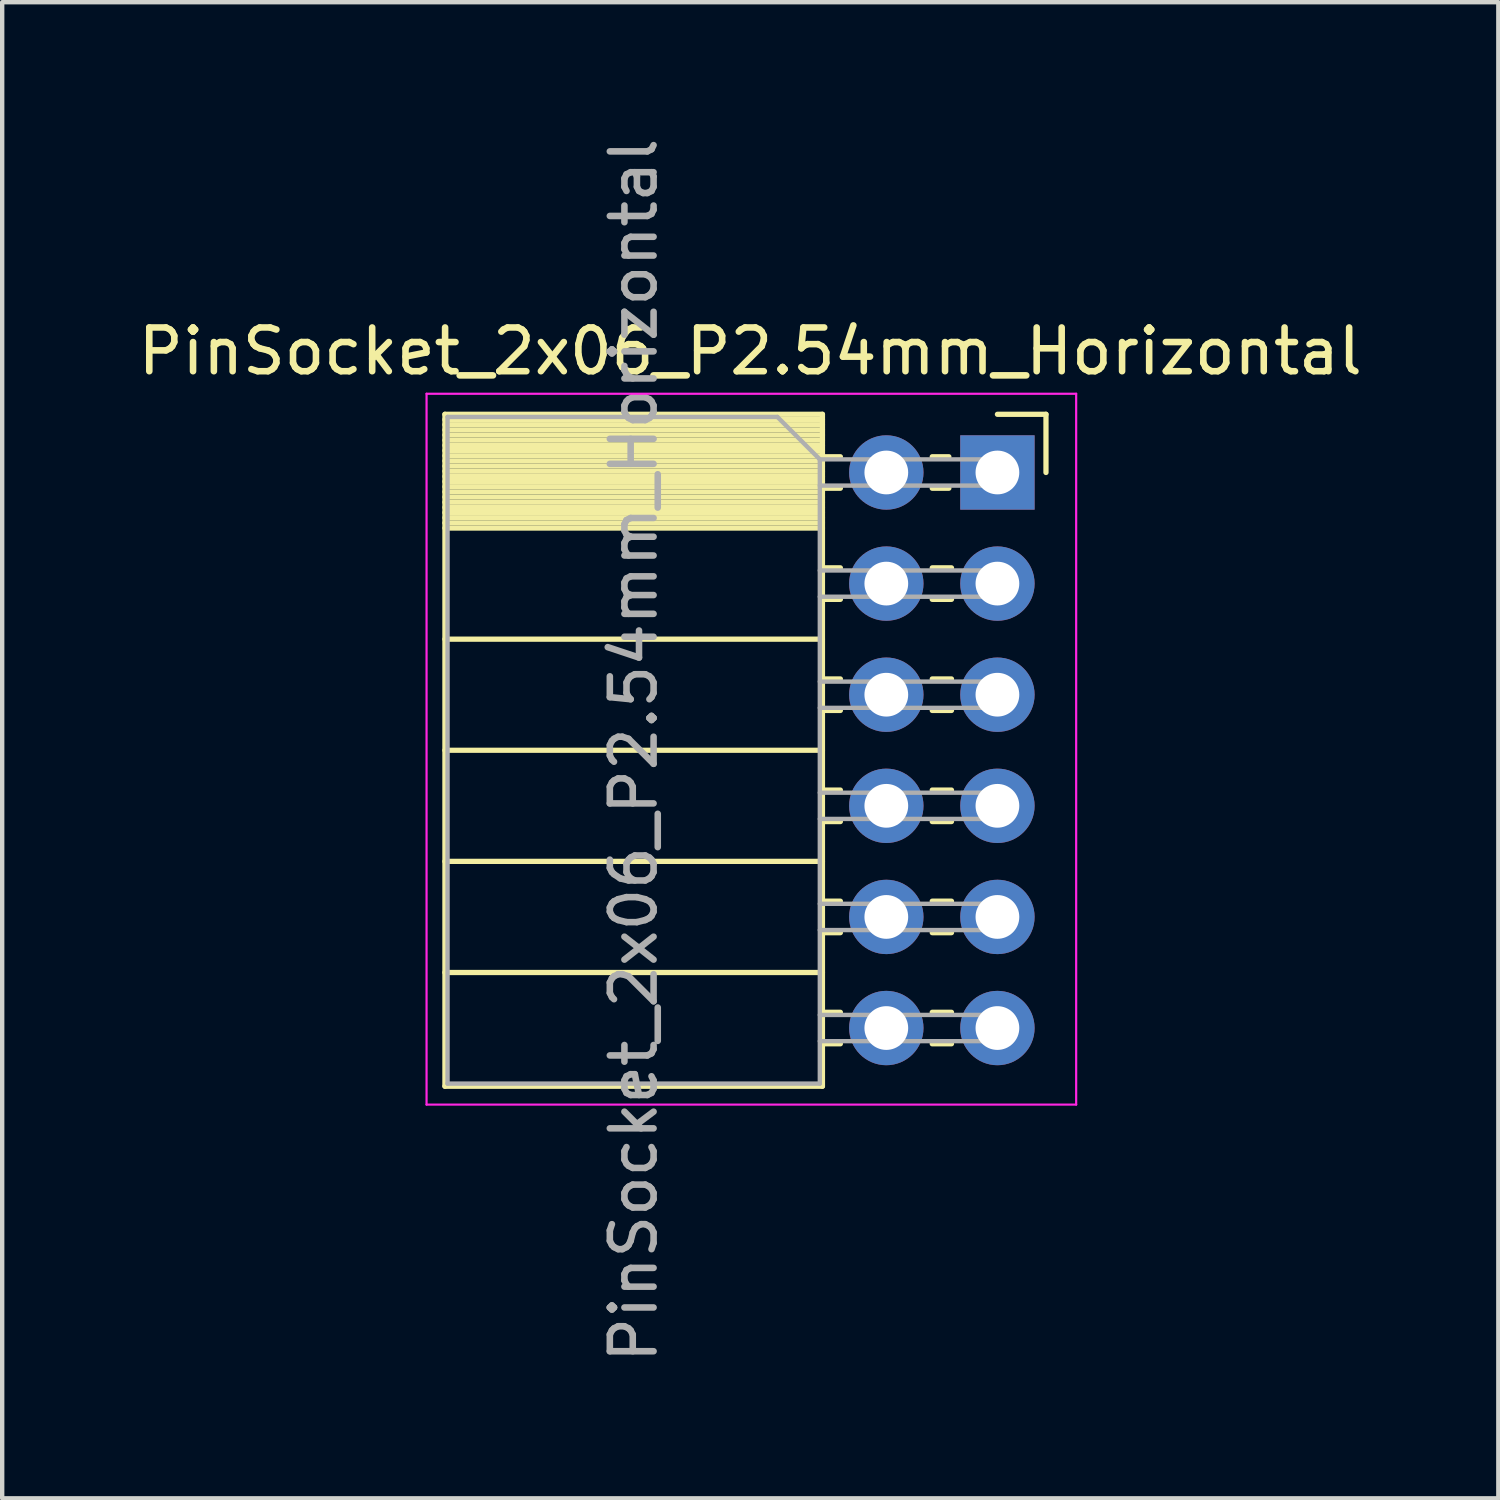
<source format=kicad_pcb>
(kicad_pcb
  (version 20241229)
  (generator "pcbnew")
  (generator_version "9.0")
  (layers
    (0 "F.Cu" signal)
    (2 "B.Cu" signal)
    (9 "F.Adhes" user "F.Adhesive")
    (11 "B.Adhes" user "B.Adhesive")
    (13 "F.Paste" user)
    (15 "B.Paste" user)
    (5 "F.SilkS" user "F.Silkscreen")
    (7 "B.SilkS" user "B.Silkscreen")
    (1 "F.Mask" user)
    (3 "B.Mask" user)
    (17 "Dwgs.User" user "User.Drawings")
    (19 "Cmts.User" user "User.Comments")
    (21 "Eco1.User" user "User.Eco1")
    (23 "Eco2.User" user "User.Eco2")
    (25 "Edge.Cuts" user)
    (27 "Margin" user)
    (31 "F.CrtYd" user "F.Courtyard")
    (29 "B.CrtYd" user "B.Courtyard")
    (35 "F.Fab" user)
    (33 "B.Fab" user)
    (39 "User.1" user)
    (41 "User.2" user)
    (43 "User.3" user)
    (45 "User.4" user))
  (footprint "PinSocket_2x06_P2.54mm_Horizontal"
    (layer "F.Cu")
    (at 19.751 7.751)
    (property "Reference" "PinSocket_2x06_P2.54mm_Horizontal" (at -5.65 -2.77 0) (layer "F.SilkS") (effects (font (size 1 1) (thickness 0.15))))
    (attr through_hole)
    (fp_line (start -12.63 -1.33) (end -12.63 14.03) (stroke (width 0.12) (type solid)) (layer "F.SilkS"))
    (fp_line (start -12.63 -1.33) (end -4 -1.33) (stroke (width 0.12) (type solid)) (layer "F.SilkS"))
    (fp_line (start -12.63 -1.21) (end -4 -1.21) (stroke (width 0.12) (type solid)) (layer "F.SilkS"))
    (fp_line (start -12.63 -1.092) (end -4 -1.092) (stroke (width 0.12) (type solid)) (layer "F.SilkS"))
    (fp_line (start -12.63 -0.974) (end -4 -0.974) (stroke (width 0.12) (type solid)) (layer "F.SilkS"))
    (fp_line (start -12.63 -0.856) (end -4 -0.856) (stroke (width 0.12) (type solid)) (layer "F.SilkS"))
    (fp_line (start -12.63 -0.738) (end -4 -0.738) (stroke (width 0.12) (type solid)) (layer "F.SilkS"))
    (fp_line (start -12.63 -0.62) (end -4 -0.62) (stroke (width 0.12) (type solid)) (layer "F.SilkS"))
    (fp_line (start -12.63 -0.501) (end -4 -0.501) (stroke (width 0.12) (type solid)) (layer "F.SilkS"))
    (fp_line (start -12.63 -0.383) (end -4 -0.383) (stroke (width 0.12) (type solid)) (layer "F.SilkS"))
    (fp_line (start -12.63 -0.265) (end -4 -0.265) (stroke (width 0.12) (type solid)) (layer "F.SilkS"))
    (fp_line (start -12.63 -0.147) (end -4 -0.147) (stroke (width 0.12) (type solid)) (layer "F.SilkS"))
    (fp_line (start -12.63 -0.029) (end -4 -0.029) (stroke (width 0.12) (type solid)) (layer "F.SilkS"))
    (fp_line (start -12.63 0.089) (end -4 0.089) (stroke (width 0.12) (type solid)) (layer "F.SilkS"))
    (fp_line (start -12.63 0.207) (end -4 0.207) (stroke (width 0.12) (type solid)) (layer "F.SilkS"))
    (fp_line (start -12.63 0.325) (end -4 0.325) (stroke (width 0.12) (type solid)) (layer "F.SilkS"))
    (fp_line (start -12.63 0.443) (end -4 0.443) (stroke (width 0.12) (type solid)) (layer "F.SilkS"))
    (fp_line (start -12.63 0.561) (end -4 0.561) (stroke (width 0.12) (type solid)) (layer "F.SilkS"))
    (fp_line (start -12.63 0.68) (end -4 0.68) (stroke (width 0.12) (type solid)) (layer "F.SilkS"))
    (fp_line (start -12.63 0.798) (end -4 0.798) (stroke (width 0.12) (type solid)) (layer "F.SilkS"))
    (fp_line (start -12.63 0.916) (end -4 0.916) (stroke (width 0.12) (type solid)) (layer "F.SilkS"))
    (fp_line (start -12.63 1.034) (end -4 1.034) (stroke (width 0.12) (type solid)) (layer "F.SilkS"))
    (fp_line (start -12.63 1.152) (end -4 1.152) (stroke (width 0.12) (type solid)) (layer "F.SilkS"))
    (fp_line (start -12.63 1.27) (end -4 1.27) (stroke (width 0.12) (type solid)) (layer "F.SilkS"))
    (fp_line (start -12.63 3.81) (end -4 3.81) (stroke (width 0.12) (type solid)) (layer "F.SilkS"))
    (fp_line (start -12.63 6.35) (end -4 6.35) (stroke (width 0.12) (type solid)) (layer "F.SilkS"))
    (fp_line (start -12.63 8.89) (end -4 8.89) (stroke (width 0.12) (type solid)) (layer "F.SilkS"))
    (fp_line (start -12.63 11.43) (end -4 11.43) (stroke (width 0.12) (type solid)) (layer "F.SilkS"))
    (fp_line (start -12.63 14.03) (end -4 14.03) (stroke (width 0.12) (type solid)) (layer "F.SilkS"))
    (fp_line (start -4 -1.33) (end -4 14.03) (stroke (width 0.12) (type solid)) (layer "F.SilkS"))
    (fp_line (start -4 -0.36) (end -3.59 -0.36) (stroke (width 0.12) (type solid)) (layer "F.SilkS"))
    (fp_line (start -4 0.36) (end -3.59 0.36) (stroke (width 0.12) (type solid)) (layer "F.SilkS"))
    (fp_line (start -4 2.18) (end -3.59 2.18) (stroke (width 0.12) (type solid)) (layer "F.SilkS"))
    (fp_line (start -4 2.9) (end -3.59 2.9) (stroke (width 0.12) (type solid)) (layer "F.SilkS"))
    (fp_line (start -4 4.72) (end -3.59 4.72) (stroke (width 0.12) (type solid)) (layer "F.SilkS"))
    (fp_line (start -4 5.44) (end -3.59 5.44) (stroke (width 0.12) (type solid)) (layer "F.SilkS"))
    (fp_line (start -4 7.26) (end -3.59 7.26) (stroke (width 0.12) (type solid)) (layer "F.SilkS"))
    (fp_line (start -4 7.98) (end -3.59 7.98) (stroke (width 0.12) (type solid)) (layer "F.SilkS"))
    (fp_line (start -4 9.8) (end -3.59 9.8) (stroke (width 0.12) (type solid)) (layer "F.SilkS"))
    (fp_line (start -4 10.52) (end -3.59 10.52) (stroke (width 0.12) (type solid)) (layer "F.SilkS"))
    (fp_line (start -4 12.34) (end -3.59 12.34) (stroke (width 0.12) (type solid)) (layer "F.SilkS"))
    (fp_line (start -4 13.06) (end -3.59 13.06) (stroke (width 0.12) (type solid)) (layer "F.SilkS"))
    (fp_line (start -1.49 -0.36) (end -1.11 -0.36) (stroke (width 0.12) (type solid)) (layer "F.SilkS"))
    (fp_line (start -1.49 0.36) (end -1.11 0.36) (stroke (width 0.12) (type solid)) (layer "F.SilkS"))
    (fp_line (start -1.49 2.18) (end -1.05 2.18) (stroke (width 0.12) (type solid)) (layer "F.SilkS"))
    (fp_line (start -1.49 2.9) (end -1.05 2.9) (stroke (width 0.12) (type solid)) (layer "F.SilkS"))
    (fp_line (start -1.49 4.72) (end -1.05 4.72) (stroke (width 0.12) (type solid)) (layer "F.SilkS"))
    (fp_line (start -1.49 5.44) (end -1.05 5.44) (stroke (width 0.12) (type solid)) (layer "F.SilkS"))
    (fp_line (start -1.49 7.26) (end -1.05 7.26) (stroke (width 0.12) (type solid)) (layer "F.SilkS"))
    (fp_line (start -1.49 7.98) (end -1.05 7.98) (stroke (width 0.12) (type solid)) (layer "F.SilkS"))
    (fp_line (start -1.49 9.8) (end -1.05 9.8) (stroke (width 0.12) (type solid)) (layer "F.SilkS"))
    (fp_line (start -1.49 10.52) (end -1.05 10.52) (stroke (width 0.12) (type solid)) (layer "F.SilkS"))
    (fp_line (start -1.49 12.34) (end -1.05 12.34) (stroke (width 0.12) (type solid)) (layer "F.SilkS"))
    (fp_line (start -1.49 13.06) (end -1.05 13.06) (stroke (width 0.12) (type solid)) (layer "F.SilkS"))
    (fp_line (start 0 -1.33) (end 1.11 -1.33) (stroke (width 0.12) (type solid)) (layer "F.SilkS"))
    (fp_line (start 1.11 -1.33) (end 1.11 0) (stroke (width 0.12) (type solid)) (layer "F.SilkS"))
    (fp_line (start -13.05 -1.8) (end -13.05 14.45) (stroke (width 0.05) (type solid)) (layer "F.CrtYd"))
    (fp_line (start -13.05 14.45) (end 1.8 14.45) (stroke (width 0.05) (type solid)) (layer "F.CrtYd"))
    (fp_line (start 1.8 -1.8) (end -13.05 -1.8) (stroke (width 0.05) (type solid)) (layer "F.CrtYd"))
    (fp_line (start 1.8 14.45) (end 1.8 -1.8) (stroke (width 0.05) (type solid)) (layer "F.CrtYd"))
    (fp_line (start -12.57 -1.27) (end -5.03 -1.27) (stroke (width 0.1) (type solid)) (layer "F.Fab"))
    (fp_line (start -12.57 13.97) (end -12.57 -1.27) (stroke (width 0.1) (type solid)) (layer "F.Fab"))
    (fp_line (start -5.03 -1.27) (end -4.06 -0.3) (stroke (width 0.1) (type solid)) (layer "F.Fab"))
    (fp_line (start -4.06 -0.3) (end -4.06 13.97) (stroke (width 0.1) (type solid)) (layer "F.Fab"))
    (fp_line (start -4.06 0.3) (end 0 0.3) (stroke (width 0.1) (type solid)) (layer "F.Fab"))
    (fp_line (start -4.06 2.84) (end 0 2.84) (stroke (width 0.1) (type solid)) (layer "F.Fab"))
    (fp_line (start -4.06 5.38) (end 0 5.38) (stroke (width 0.1) (type solid)) (layer "F.Fab"))
    (fp_line (start -4.06 7.92) (end 0 7.92) (stroke (width 0.1) (type solid)) (layer "F.Fab"))
    (fp_line (start -4.06 10.46) (end 0 10.46) (stroke (width 0.1) (type solid)) (layer "F.Fab"))
    (fp_line (start -4.06 13) (end 0 13) (stroke (width 0.1) (type solid)) (layer "F.Fab"))
    (fp_line (start -4.06 13.97) (end -12.57 13.97) (stroke (width 0.1) (type solid)) (layer "F.Fab"))
    (fp_line (start 0 -0.3) (end -4.06 -0.3) (stroke (width 0.1) (type solid)) (layer "F.Fab"))
    (fp_line (start 0 0.3) (end 0 -0.3) (stroke (width 0.1) (type solid)) (layer "F.Fab"))
    (fp_line (start 0 2.24) (end -4.06 2.24) (stroke (width 0.1) (type solid)) (layer "F.Fab"))
    (fp_line (start 0 2.84) (end 0 2.24) (stroke (width 0.1) (type solid)) (layer "F.Fab"))
    (fp_line (start 0 4.78) (end -4.06 4.78) (stroke (width 0.1) (type solid)) (layer "F.Fab"))
    (fp_line (start 0 5.38) (end 0 4.78) (stroke (width 0.1) (type solid)) (layer "F.Fab"))
    (fp_line (start 0 7.32) (end -4.06 7.32) (stroke (width 0.1) (type solid)) (layer "F.Fab"))
    (fp_line (start 0 7.92) (end 0 7.32) (stroke (width 0.1) (type solid)) (layer "F.Fab"))
    (fp_line (start 0 9.86) (end -4.06 9.86) (stroke (width 0.1) (type solid)) (layer "F.Fab"))
    (fp_line (start 0 10.46) (end 0 9.86) (stroke (width 0.1) (type solid)) (layer "F.Fab"))
    (fp_line (start 0 12.4) (end -4.06 12.4) (stroke (width 0.1) (type solid)) (layer "F.Fab"))
    (fp_line (start 0 13) (end 0 12.4) (stroke (width 0.1) (type solid)) (layer "F.Fab"))
    (fp_text user "${REFERENCE}" (at -8.315 6.35 90) (layer "F.Fab") (effects (font (size 1 1) (thickness 0.15))))
    (pad "1" thru_hole rect (at 0 0) (size 1.7 1.7) (drill 1) (layers "*.Cu" "*.Mask"))
    (pad "2" thru_hole oval (at -2.54 0) (size 1.7 1.7) (drill 1) (layers "*.Cu" "*.Mask"))
    (pad "3" thru_hole oval (at 0 2.54) (size 1.7 1.7) (drill 1) (layers "*.Cu" "*.Mask"))
    (pad "4" thru_hole oval (at -2.54 2.54) (size 1.7 1.7) (drill 1) (layers "*.Cu" "*.Mask"))
    (pad "5" thru_hole oval (at 0 5.08) (size 1.7 1.7) (drill 1) (layers "*.Cu" "*.Mask"))
    (pad "6" thru_hole oval (at -2.54 5.08) (size 1.7 1.7) (drill 1) (layers "*.Cu" "*.Mask"))
    (pad "7" thru_hole oval (at 0 7.62) (size 1.7 1.7) (drill 1) (layers "*.Cu" "*.Mask"))
    (pad "8" thru_hole oval (at -2.54 7.62) (size 1.7 1.7) (drill 1) (layers "*.Cu" "*.Mask"))
    (pad "9" thru_hole oval (at 0 10.16) (size 1.7 1.7) (drill 1) (layers "*.Cu" "*.Mask"))
    (pad "10" thru_hole oval (at -2.54 10.16) (size 1.7 1.7) (drill 1) (layers "*.Cu" "*.Mask"))
    (pad "11" thru_hole oval (at 0 12.7) (size 1.7 1.7) (drill 1) (layers "*.Cu" "*.Mask"))
    (pad "12" thru_hole oval (at -2.54 12.7) (size 1.7 1.7) (drill 1) (layers "*.Cu" "*.Mask")))
  (gr_rect
    (start -3 -3)
    (end 31.202 31.202)
    (stroke (width 0.1) (type default))
    (fill no)
    (layer "Edge.Cuts")))
</source>
